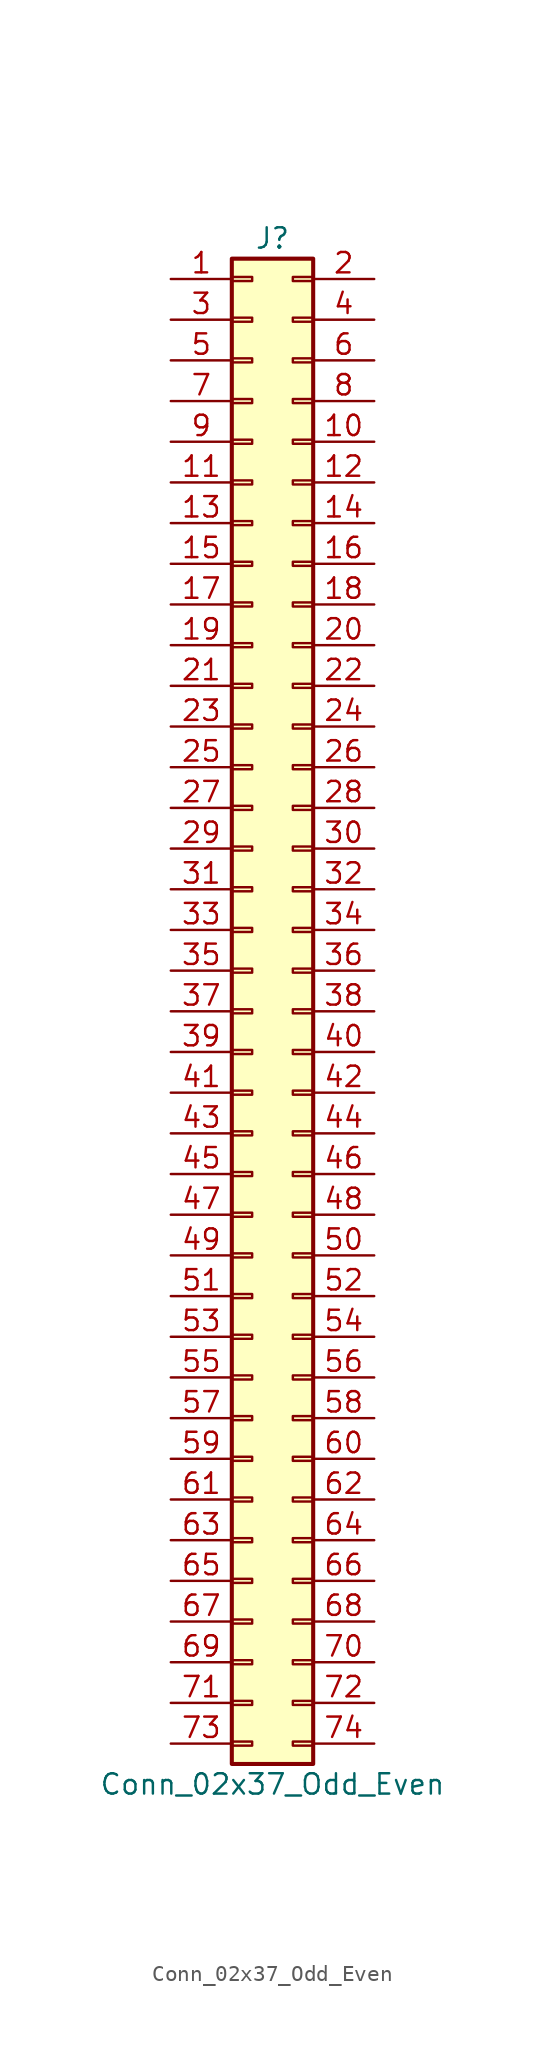
<source format=kicad_sym>
(kicad_symbol_lib
  (version 20201005)
  (generator kicad_symbol_editor)
  (symbol "Connector_Generic:Conn_02x37_Odd_Even"
    (pin_names
      (offset 1.016) hide)
    (property "Reference" "J"
      (at 1.27 48.26 0)
      (effects (font (size 1.27 1.27))))
    (property "Value" "Conn_02x37_Odd_Even"
      (at 1.27 -48.26 0)
      (effects (font (size 1.27 1.27))))
    (symbol "Conn_02x37_Odd_Even_1_1"
      (rectangle (start -1.27 -27.813) (end 0 -28.067) (stroke (width 0.152)) (fill (type none)))
      (rectangle (start -1.27 -30.353) (end 0 -30.607) (stroke (width 0.152)) (fill (type none)))
      (rectangle (start -1.27 -32.893) (end 0 -33.147) (stroke (width 0.152)) (fill (type none)))
      (rectangle (start -1.27 -35.433) (end 0 -35.687) (stroke (width 0.152)) (fill (type none)))
      (rectangle (start -1.27 -37.973) (end 0 -38.227) (stroke (width 0.152)) (fill (type none)))
      (rectangle (start -1.27 -40.513) (end 0 -40.767) (stroke (width 0.152)) (fill (type none)))
      (rectangle (start -1.27 -43.053) (end 0 -43.307) (stroke (width 0.152)) (fill (type none)))
      (rectangle (start -1.27 -45.593) (end 0 -45.847) (stroke (width 0.152)) (fill (type none)))
      (rectangle (start -1.27 -4.953) (end 0 -5.207) (stroke (width 0.152)) (fill (type none)))
      (rectangle (start -1.27 -7.493) (end 0 -7.747) (stroke (width 0.152)) (fill (type none)))
      (rectangle (start -1.27 -10.033) (end 0 -10.287) (stroke (width 0.152)) (fill (type none)))
      (rectangle (start -1.27 -12.573) (end 0 -12.827) (stroke (width 0.152)) (fill (type none)))
      (rectangle (start -1.27 -15.113) (end 0 -15.367) (stroke (width 0.152)) (fill (type none)))
      (rectangle (start -1.27 -17.653) (end 0 -17.907) (stroke (width 0.152)) (fill (type none)))
      (rectangle (start -1.27 -20.193) (end 0 -20.447) (stroke (width 0.152)) (fill (type none)))
      (rectangle (start -1.27 -22.733) (end 0 -22.987) (stroke (width 0.152)) (fill (type none)))
      (rectangle (start -1.27 -2.413) (end 0 -2.667) (stroke (width 0.152)) (fill (type none)))
      (rectangle (start -1.27 -25.273) (end 0 -25.527) (stroke (width 0.152)) (fill (type none)))
      (rectangle (start -1.27 25.527) (end 0 25.273) (stroke (width 0.152)) (fill (type none)))
      (rectangle (start -1.27 2.667) (end 0 2.413) (stroke (width 0.152)) (fill (type none)))
      (rectangle (start -1.27 28.067) (end 0 27.813) (stroke (width 0.152)) (fill (type none)))
      (rectangle (start -1.27 30.607) (end 0 30.353) (stroke (width 0.152)) (fill (type none)))
      (rectangle (start -1.27 33.147) (end 0 32.893) (stroke (width 0.152)) (fill (type none)))
      (rectangle (start -1.27 35.687) (end 0 35.433) (stroke (width 0.152)) (fill (type none)))
      (rectangle (start -1.27 38.227) (end 0 37.973) (stroke (width 0.152)) (fill (type none)))
      (rectangle (start -1.27 40.767) (end 0 40.513) (stroke (width 0.152)) (fill (type none)))
      (rectangle (start -1.27 43.307) (end 0 43.053) (stroke (width 0.152)) (fill (type none)))
      (rectangle (start -1.27 45.847) (end 0 45.593) (stroke (width 0.152)) (fill (type none)))
      (rectangle (start -1.27 46.99) (end 3.81 -46.99) (stroke (width 0.254)) (fill (type background)))
      (rectangle (start -1.27 5.207) (end 0 4.953) (stroke (width 0.152)) (fill (type none)))
      (rectangle (start -1.27 7.747) (end 0 7.493) (stroke (width 0.152)) (fill (type none)))
      (rectangle (start -1.27 10.287) (end 0 10.033) (stroke (width 0.152)) (fill (type none)))
      (rectangle (start -1.27 0.127) (end 0 -0.127) (stroke (width 0.152)) (fill (type none)))
      (rectangle (start -1.27 12.827) (end 0 12.573) (stroke (width 0.152)) (fill (type none)))
      (rectangle (start -1.27 15.367) (end 0 15.113) (stroke (width 0.152)) (fill (type none)))
      (rectangle (start -1.27 17.907) (end 0 17.653) (stroke (width 0.152)) (fill (type none)))
      (rectangle (start -1.27 20.447) (end 0 20.193) (stroke (width 0.152)) (fill (type none)))
      (rectangle (start -1.27 22.987) (end 0 22.733) (stroke (width 0.152)) (fill (type none)))
      (rectangle (start 3.81 -27.813) (end 2.54 -28.067) (stroke (width 0.152)) (fill (type none)))
      (rectangle (start 3.81 -30.353) (end 2.54 -30.607) (stroke (width 0.152)) (fill (type none)))
      (rectangle (start 3.81 -32.893) (end 2.54 -33.147) (stroke (width 0.152)) (fill (type none)))
      (rectangle (start 3.81 -35.433) (end 2.54 -35.687) (stroke (width 0.152)) (fill (type none)))
      (rectangle (start 3.81 -37.973) (end 2.54 -38.227) (stroke (width 0.152)) (fill (type none)))
      (rectangle (start 3.81 -40.513) (end 2.54 -40.767) (stroke (width 0.152)) (fill (type none)))
      (rectangle (start 3.81 -43.053) (end 2.54 -43.307) (stroke (width 0.152)) (fill (type none)))
      (rectangle (start 3.81 -45.593) (end 2.54 -45.847) (stroke (width 0.152)) (fill (type none)))
      (rectangle (start 3.81 -4.953) (end 2.54 -5.207) (stroke (width 0.152)) (fill (type none)))
      (rectangle (start 3.81 -7.493) (end 2.54 -7.747) (stroke (width 0.152)) (fill (type none)))
      (rectangle (start 3.81 -10.033) (end 2.54 -10.287) (stroke (width 0.152)) (fill (type none)))
      (rectangle (start 3.81 -12.573) (end 2.54 -12.827) (stroke (width 0.152)) (fill (type none)))
      (rectangle (start 3.81 -15.113) (end 2.54 -15.367) (stroke (width 0.152)) (fill (type none)))
      (rectangle (start 3.81 -17.653) (end 2.54 -17.907) (stroke (width 0.152)) (fill (type none)))
      (rectangle (start 3.81 -20.193) (end 2.54 -20.447) (stroke (width 0.152)) (fill (type none)))
      (rectangle (start 3.81 -22.733) (end 2.54 -22.987) (stroke (width 0.152)) (fill (type none)))
      (rectangle (start 3.81 -2.413) (end 2.54 -2.667) (stroke (width 0.152)) (fill (type none)))
      (rectangle (start 3.81 -25.273) (end 2.54 -25.527) (stroke (width 0.152)) (fill (type none)))
      (rectangle (start 3.81 25.527) (end 2.54 25.273) (stroke (width 0.152)) (fill (type none)))
      (rectangle (start 3.81 2.667) (end 2.54 2.413) (stroke (width 0.152)) (fill (type none)))
      (rectangle (start 3.81 28.067) (end 2.54 27.813) (stroke (width 0.152)) (fill (type none)))
      (rectangle (start 3.81 30.607) (end 2.54 30.353) (stroke (width 0.152)) (fill (type none)))
      (rectangle (start 3.81 33.147) (end 2.54 32.893) (stroke (width 0.152)) (fill (type none)))
      (rectangle (start 3.81 35.687) (end 2.54 35.433) (stroke (width 0.152)) (fill (type none)))
      (rectangle (start 3.81 38.227) (end 2.54 37.973) (stroke (width 0.152)) (fill (type none)))
      (rectangle (start 3.81 40.767) (end 2.54 40.513) (stroke (width 0.152)) (fill (type none)))
      (rectangle (start 3.81 43.307) (end 2.54 43.053) (stroke (width 0.152)) (fill (type none)))
      (rectangle (start 3.81 45.847) (end 2.54 45.593) (stroke (width 0.152)) (fill (type none)))
      (rectangle (start 3.81 5.207) (end 2.54 4.953) (stroke (width 0.152)) (fill (type none)))
      (rectangle (start 3.81 7.747) (end 2.54 7.493) (stroke (width 0.152)) (fill (type none)))
      (rectangle (start 3.81 10.287) (end 2.54 10.033) (stroke (width 0.152)) (fill (type none)))
      (rectangle (start 3.81 0.127) (end 2.54 -0.127) (stroke (width 0.152)) (fill (type none)))
      (rectangle (start 3.81 12.827) (end 2.54 12.573) (stroke (width 0.152)) (fill (type none)))
      (rectangle (start 3.81 15.367) (end 2.54 15.113) (stroke (width 0.152)) (fill (type none)))
      (rectangle (start 3.81 17.907) (end 2.54 17.653) (stroke (width 0.152)) (fill (type none)))
      (rectangle (start 3.81 20.447) (end 2.54 20.193) (stroke (width 0.152)) (fill (type none)))
      (rectangle (start 3.81 22.987) (end 2.54 22.733) (stroke (width 0.152)) (fill (type none)))
      (pin passive line (at -5.08 45.72 0) (length 3.81) (name "Pin_1" (effects (font (size 1.27 1.27)))) (number "1" (effects (font (size 1.27 1.27)))))
      (pin passive line (at 7.62 35.56 180) (length 3.81) (name "Pin_10" (effects (font (size 1.27 1.27)))) (number "10" (effects (font (size 1.27 1.27)))))
      (pin passive line (at -5.08 33.02 0) (length 3.81) (name "Pin_11" (effects (font (size 1.27 1.27)))) (number "11" (effects (font (size 1.27 1.27)))))
      (pin passive line (at 7.62 33.02 180) (length 3.81) (name "Pin_12" (effects (font (size 1.27 1.27)))) (number "12" (effects (font (size 1.27 1.27)))))
      (pin passive line (at -5.08 30.48 0) (length 3.81) (name "Pin_13" (effects (font (size 1.27 1.27)))) (number "13" (effects (font (size 1.27 1.27)))))
      (pin passive line (at 7.62 30.48 180) (length 3.81) (name "Pin_14" (effects (font (size 1.27 1.27)))) (number "14" (effects (font (size 1.27 1.27)))))
      (pin passive line (at -5.08 27.94 0) (length 3.81) (name "Pin_15" (effects (font (size 1.27 1.27)))) (number "15" (effects (font (size 1.27 1.27)))))
      (pin passive line (at 7.62 27.94 180) (length 3.81) (name "Pin_16" (effects (font (size 1.27 1.27)))) (number "16" (effects (font (size 1.27 1.27)))))
      (pin passive line (at -5.08 25.4 0) (length 3.81) (name "Pin_17" (effects (font (size 1.27 1.27)))) (number "17" (effects (font (size 1.27 1.27)))))
      (pin passive line (at 7.62 25.4 180) (length 3.81) (name "Pin_18" (effects (font (size 1.27 1.27)))) (number "18" (effects (font (size 1.27 1.27)))))
      (pin passive line (at -5.08 22.86 0) (length 3.81) (name "Pin_19" (effects (font (size 1.27 1.27)))) (number "19" (effects (font (size 1.27 1.27)))))
      (pin passive line (at 7.62 45.72 180) (length 3.81) (name "Pin_2" (effects (font (size 1.27 1.27)))) (number "2" (effects (font (size 1.27 1.27)))))
      (pin passive line (at 7.62 22.86 180) (length 3.81) (name "Pin_20" (effects (font (size 1.27 1.27)))) (number "20" (effects (font (size 1.27 1.27)))))
      (pin passive line (at -5.08 20.32 0) (length 3.81) (name "Pin_21" (effects (font (size 1.27 1.27)))) (number "21" (effects (font (size 1.27 1.27)))))
      (pin passive line (at 7.62 20.32 180) (length 3.81) (name "Pin_22" (effects (font (size 1.27 1.27)))) (number "22" (effects (font (size 1.27 1.27)))))
      (pin passive line (at -5.08 17.78 0) (length 3.81) (name "Pin_23" (effects (font (size 1.27 1.27)))) (number "23" (effects (font (size 1.27 1.27)))))
      (pin passive line (at 7.62 17.78 180) (length 3.81) (name "Pin_24" (effects (font (size 1.27 1.27)))) (number "24" (effects (font (size 1.27 1.27)))))
      (pin passive line (at -5.08 15.24 0) (length 3.81) (name "Pin_25" (effects (font (size 1.27 1.27)))) (number "25" (effects (font (size 1.27 1.27)))))
      (pin passive line (at 7.62 15.24 180) (length 3.81) (name "Pin_26" (effects (font (size 1.27 1.27)))) (number "26" (effects (font (size 1.27 1.27)))))
      (pin passive line (at -5.08 12.7 0) (length 3.81) (name "Pin_27" (effects (font (size 1.27 1.27)))) (number "27" (effects (font (size 1.27 1.27)))))
      (pin passive line (at 7.62 12.7 180) (length 3.81) (name "Pin_28" (effects (font (size 1.27 1.27)))) (number "28" (effects (font (size 1.27 1.27)))))
      (pin passive line (at -5.08 10.16 0) (length 3.81) (name "Pin_29" (effects (font (size 1.27 1.27)))) (number "29" (effects (font (size 1.27 1.27)))))
      (pin passive line (at -5.08 43.18 0) (length 3.81) (name "Pin_3" (effects (font (size 1.27 1.27)))) (number "3" (effects (font (size 1.27 1.27)))))
      (pin passive line (at 7.62 10.16 180) (length 3.81) (name "Pin_30" (effects (font (size 1.27 1.27)))) (number "30" (effects (font (size 1.27 1.27)))))
      (pin passive line (at -5.08 7.62 0) (length 3.81) (name "Pin_31" (effects (font (size 1.27 1.27)))) (number "31" (effects (font (size 1.27 1.27)))))
      (pin passive line (at 7.62 7.62 180) (length 3.81) (name "Pin_32" (effects (font (size 1.27 1.27)))) (number "32" (effects (font (size 1.27 1.27)))))
      (pin passive line (at -5.08 5.08 0) (length 3.81) (name "Pin_33" (effects (font (size 1.27 1.27)))) (number "33" (effects (font (size 1.27 1.27)))))
      (pin passive line (at 7.62 5.08 180) (length 3.81) (name "Pin_34" (effects (font (size 1.27 1.27)))) (number "34" (effects (font (size 1.27 1.27)))))
      (pin passive line (at -5.08 2.54 0) (length 3.81) (name "Pin_35" (effects (font (size 1.27 1.27)))) (number "35" (effects (font (size 1.27 1.27)))))
      (pin passive line (at 7.62 2.54 180) (length 3.81) (name "Pin_36" (effects (font (size 1.27 1.27)))) (number "36" (effects (font (size 1.27 1.27)))))
      (pin passive line (at -5.08 0 0) (length 3.81) (name "Pin_37" (effects (font (size 1.27 1.27)))) (number "37" (effects (font (size 1.27 1.27)))))
      (pin passive line (at 7.62 0 180) (length 3.81) (name "Pin_38" (effects (font (size 1.27 1.27)))) (number "38" (effects (font (size 1.27 1.27)))))
      (pin passive line (at -5.08 -2.54 0) (length 3.81) (name "Pin_39" (effects (font (size 1.27 1.27)))) (number "39" (effects (font (size 1.27 1.27)))))
      (pin passive line (at 7.62 43.18 180) (length 3.81) (name "Pin_4" (effects (font (size 1.27 1.27)))) (number "4" (effects (font (size 1.27 1.27)))))
      (pin passive line (at 7.62 -2.54 180) (length 3.81) (name "Pin_40" (effects (font (size 1.27 1.27)))) (number "40" (effects (font (size 1.27 1.27)))))
      (pin passive line (at -5.08 -5.08 0) (length 3.81) (name "Pin_41" (effects (font (size 1.27 1.27)))) (number "41" (effects (font (size 1.27 1.27)))))
      (pin passive line (at 7.62 -5.08 180) (length 3.81) (name "Pin_42" (effects (font (size 1.27 1.27)))) (number "42" (effects (font (size 1.27 1.27)))))
      (pin passive line (at -5.08 -7.62 0) (length 3.81) (name "Pin_43" (effects (font (size 1.27 1.27)))) (number "43" (effects (font (size 1.27 1.27)))))
      (pin passive line (at 7.62 -7.62 180) (length 3.81) (name "Pin_44" (effects (font (size 1.27 1.27)))) (number "44" (effects (font (size 1.27 1.27)))))
      (pin passive line (at -5.08 -10.16 0) (length 3.81) (name "Pin_45" (effects (font (size 1.27 1.27)))) (number "45" (effects (font (size 1.27 1.27)))))
      (pin passive line (at 7.62 -10.16 180) (length 3.81) (name "Pin_46" (effects (font (size 1.27 1.27)))) (number "46" (effects (font (size 1.27 1.27)))))
      (pin passive line (at -5.08 -12.7 0) (length 3.81) (name "Pin_47" (effects (font (size 1.27 1.27)))) (number "47" (effects (font (size 1.27 1.27)))))
      (pin passive line (at 7.62 -12.7 180) (length 3.81) (name "Pin_48" (effects (font (size 1.27 1.27)))) (number "48" (effects (font (size 1.27 1.27)))))
      (pin passive line (at -5.08 -15.24 0) (length 3.81) (name "Pin_49" (effects (font (size 1.27 1.27)))) (number "49" (effects (font (size 1.27 1.27)))))
      (pin passive line (at -5.08 40.64 0) (length 3.81) (name "Pin_5" (effects (font (size 1.27 1.27)))) (number "5" (effects (font (size 1.27 1.27)))))
      (pin passive line (at 7.62 -15.24 180) (length 3.81) (name "Pin_50" (effects (font (size 1.27 1.27)))) (number "50" (effects (font (size 1.27 1.27)))))
      (pin passive line (at -5.08 -17.78 0) (length 3.81) (name "Pin_51" (effects (font (size 1.27 1.27)))) (number "51" (effects (font (size 1.27 1.27)))))
      (pin passive line (at 7.62 -17.78 180) (length 3.81) (name "Pin_52" (effects (font (size 1.27 1.27)))) (number "52" (effects (font (size 1.27 1.27)))))
      (pin passive line (at -5.08 -20.32 0) (length 3.81) (name "Pin_53" (effects (font (size 1.27 1.27)))) (number "53" (effects (font (size 1.27 1.27)))))
      (pin passive line (at 7.62 -20.32 180) (length 3.81) (name "Pin_54" (effects (font (size 1.27 1.27)))) (number "54" (effects (font (size 1.27 1.27)))))
      (pin passive line (at -5.08 -22.86 0) (length 3.81) (name "Pin_55" (effects (font (size 1.27 1.27)))) (number "55" (effects (font (size 1.27 1.27)))))
      (pin passive line (at 7.62 -22.86 180) (length 3.81) (name "Pin_56" (effects (font (size 1.27 1.27)))) (number "56" (effects (font (size 1.27 1.27)))))
      (pin passive line (at -5.08 -25.4 0) (length 3.81) (name "Pin_57" (effects (font (size 1.27 1.27)))) (number "57" (effects (font (size 1.27 1.27)))))
      (pin passive line (at 7.62 -25.4 180) (length 3.81) (name "Pin_58" (effects (font (size 1.27 1.27)))) (number "58" (effects (font (size 1.27 1.27)))))
      (pin passive line (at -5.08 -27.94 0) (length 3.81) (name "Pin_59" (effects (font (size 1.27 1.27)))) (number "59" (effects (font (size 1.27 1.27)))))
      (pin passive line (at 7.62 40.64 180) (length 3.81) (name "Pin_6" (effects (font (size 1.27 1.27)))) (number "6" (effects (font (size 1.27 1.27)))))
      (pin passive line (at 7.62 -27.94 180) (length 3.81) (name "Pin_60" (effects (font (size 1.27 1.27)))) (number "60" (effects (font (size 1.27 1.27)))))
      (pin passive line (at -5.08 -30.48 0) (length 3.81) (name "Pin_61" (effects (font (size 1.27 1.27)))) (number "61" (effects (font (size 1.27 1.27)))))
      (pin passive line (at 7.62 -30.48 180) (length 3.81) (name "Pin_62" (effects (font (size 1.27 1.27)))) (number "62" (effects (font (size 1.27 1.27)))))
      (pin passive line (at -5.08 -33.02 0) (length 3.81) (name "Pin_63" (effects (font (size 1.27 1.27)))) (number "63" (effects (font (size 1.27 1.27)))))
      (pin passive line (at 7.62 -33.02 180) (length 3.81) (name "Pin_64" (effects (font (size 1.27 1.27)))) (number "64" (effects (font (size 1.27 1.27)))))
      (pin passive line (at -5.08 -35.56 0) (length 3.81) (name "Pin_65" (effects (font (size 1.27 1.27)))) (number "65" (effects (font (size 1.27 1.27)))))
      (pin passive line (at 7.62 -35.56 180) (length 3.81) (name "Pin_66" (effects (font (size 1.27 1.27)))) (number "66" (effects (font (size 1.27 1.27)))))
      (pin passive line (at -5.08 -38.1 0) (length 3.81) (name "Pin_67" (effects (font (size 1.27 1.27)))) (number "67" (effects (font (size 1.27 1.27)))))
      (pin passive line (at 7.62 -38.1 180) (length 3.81) (name "Pin_68" (effects (font (size 1.27 1.27)))) (number "68" (effects (font (size 1.27 1.27)))))
      (pin passive line (at -5.08 -40.64 0) (length 3.81) (name "Pin_69" (effects (font (size 1.27 1.27)))) (number "69" (effects (font (size 1.27 1.27)))))
      (pin passive line (at -5.08 38.1 0) (length 3.81) (name "Pin_7" (effects (font (size 1.27 1.27)))) (number "7" (effects (font (size 1.27 1.27)))))
      (pin passive line (at 7.62 -40.64 180) (length 3.81) (name "Pin_70" (effects (font (size 1.27 1.27)))) (number "70" (effects (font (size 1.27 1.27)))))
      (pin passive line (at -5.08 -43.18 0) (length 3.81) (name "Pin_71" (effects (font (size 1.27 1.27)))) (number "71" (effects (font (size 1.27 1.27)))))
      (pin passive line (at 7.62 -43.18 180) (length 3.81) (name "Pin_72" (effects (font (size 1.27 1.27)))) (number "72" (effects (font (size 1.27 1.27)))))
      (pin passive line (at -5.08 -45.72 0) (length 3.81) (name "Pin_73" (effects (font (size 1.27 1.27)))) (number "73" (effects (font (size 1.27 1.27)))))
      (pin passive line (at 7.62 -45.72 180) (length 3.81) (name "Pin_74" (effects (font (size 1.27 1.27)))) (number "74" (effects (font (size 1.27 1.27)))))
      (pin passive line (at 7.62 38.1 180) (length 3.81) (name "Pin_8" (effects (font (size 1.27 1.27)))) (number "8" (effects (font (size 1.27 1.27)))))
      (pin passive line (at -5.08 35.56 0) (length 3.81) (name "Pin_9" (effects (font (size 1.27 1.27)))) (number "9" (effects (font (size 1.27 1.27))))))))
</source>
